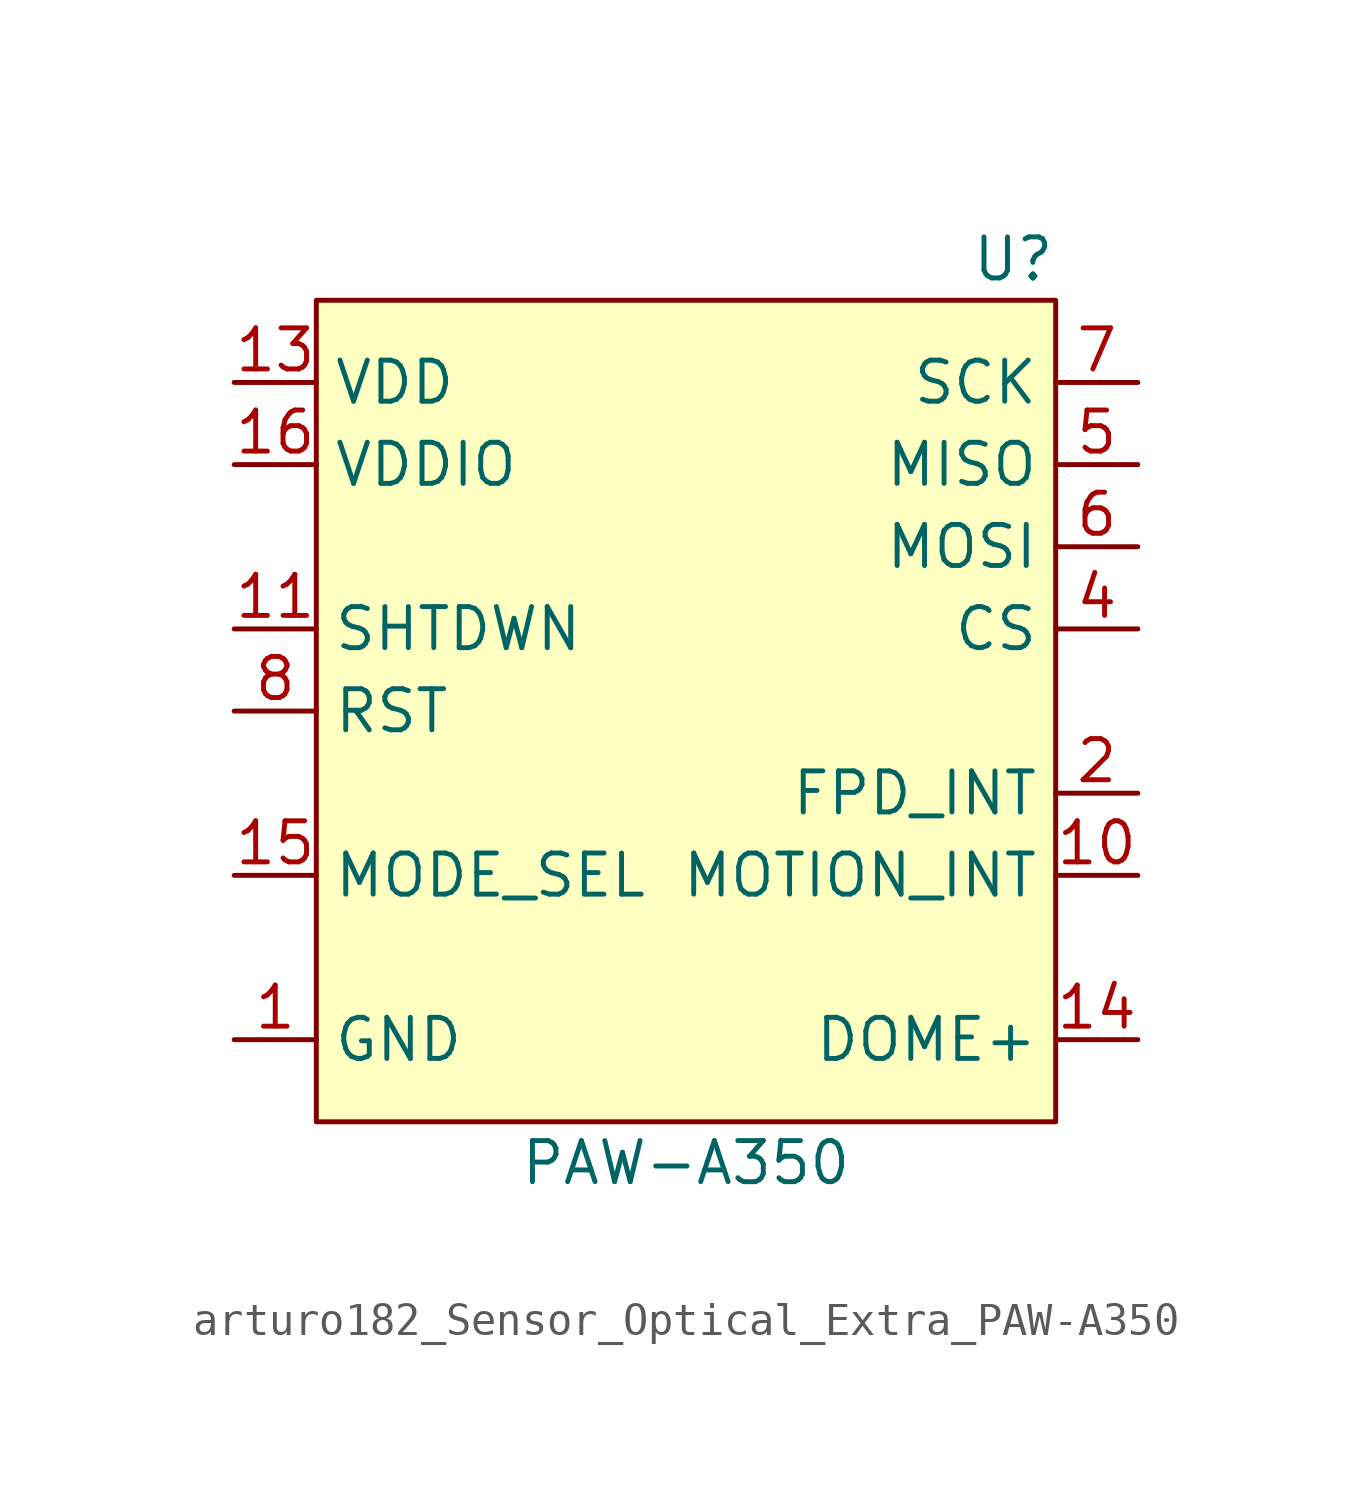
<source format=kicad_sym>
(kicad_symbol_lib
  (version 20220914)
  (generator kicad_symbol_editor)
  (symbol "arturo182_Sensor_Optical_Extra_PAW-A350"
    (property "Reference" "U"
      (at 11.43 13.97 0)
      (effects (font (size 1.27 1.27)) (justify right)))
    (property "Value" "PAW-A350"
      (at 0 -13.97 0)
      (effects (font (size 1.27 1.27))))
    (symbol "arturo182_Sensor_Optical_Extra_PAW-A350_0_0"
      (pin power_in line (at -13.97 -10.16 0) (length 2.54) (name "GND" (effects (font (size 1.27 1.27)))) (number "1" (effects (font (size 1.27 1.27)))))
      (pin output line (at 13.97 -5.08 180) (length 2.54) (name "MOTION_INT" (effects (font (size 1.27 1.27)))) (number "10" (effects (font (size 1.27 1.27)))))
      (pin input line (at -13.97 2.54 0) (length 2.54) (name "SHTDWN" (effects (font (size 1.27 1.27)))) (number "11" (effects (font (size 1.27 1.27)))))
      (pin no_connect line (at -1.27 7.62 0) (length 2.54) hide (name "NC" (effects (font (size 1.27 1.27)))) (number "12" (effects (font (size 1.27 1.27)))))
      (pin power_in line (at -13.97 10.16 0) (length 2.54) (name "VDD" (effects (font (size 1.27 1.27)))) (number "13" (effects (font (size 1.27 1.27)))))
      (pin input line (at -13.97 -5.08 0) (length 2.54) (name "MODE_SEL" (effects (font (size 1.27 1.27)))) (number "15" (effects (font (size 1.27 1.27)))))
      (pin power_in line (at -13.97 7.62 0) (length 2.54) (name "VDDIO" (effects (font (size 1.27 1.27)))) (number "16" (effects (font (size 1.27 1.27)))))
      (pin no_connect line (at -1.27 5.08 0) (length 2.54) hide (name "NC" (effects (font (size 1.27 1.27)))) (number "17" (effects (font (size 1.27 1.27)))))
      (pin output line (at 13.97 -2.54 180) (length 2.54) (name "FPD_INT" (effects (font (size 1.27 1.27)))) (number "2" (effects (font (size 1.27 1.27)))))
      (pin passive line (at -13.97 -10.16 0) (length 2.54) hide (name "GND" (effects (font (size 1.27 1.27)))) (number "3" (effects (font (size 1.27 1.27)))))
      (pin input line (at -13.97 0 0) (length 2.54) (name "RST" (effects (font (size 1.27 1.27)))) (number "8" (effects (font (size 1.27 1.27))))))
    (symbol "arturo182_Sensor_Optical_Extra_PAW-A350_1_0"
      (pin output line (at 13.97 -10.16 180) (length 2.54) (name "DOME+" (effects (font (size 1.27 1.27)))) (number "14" (effects (font (size 1.27 1.27)))))
      (pin input line (at 13.97 2.54 180) (length 2.54) (name "CS" (effects (font (size 1.27 1.27)))) (number "4" (effects (font (size 1.27 1.27)))) (alternate "ID_A1" input line))
      (pin bidirectional line (at 13.97 7.62 180) (length 2.54) (name "MISO" (effects (font (size 1.27 1.27)))) (number "5" (effects (font (size 1.27 1.27)))) (alternate "SDA" bidirectional line))
      (pin input line (at 13.97 5.08 180) (length 2.54) (name "MOSI" (effects (font (size 1.27 1.27)))) (number "6" (effects (font (size 1.27 1.27)))) (alternate "ID_A0" input line))
      (pin input line (at 13.97 10.16 180) (length 2.54) (name "SCK" (effects (font (size 1.27 1.27)))) (number "7" (effects (font (size 1.27 1.27)))) (alternate "SCL" input line))
      (pin passive line (at -13.97 -10.16 0) (length 2.54) hide (name "GND" (effects (font (size 1.27 1.27)))) (number "9" (effects (font (size 1.27 1.27))))))
    (symbol "arturo182_Sensor_Optical_Extra_PAW-A350_1_1"
      (rectangle (start -11.43 12.7) (end 11.43 -12.7) (stroke (width 0) (type default)) (fill (type background))))))
</source>
